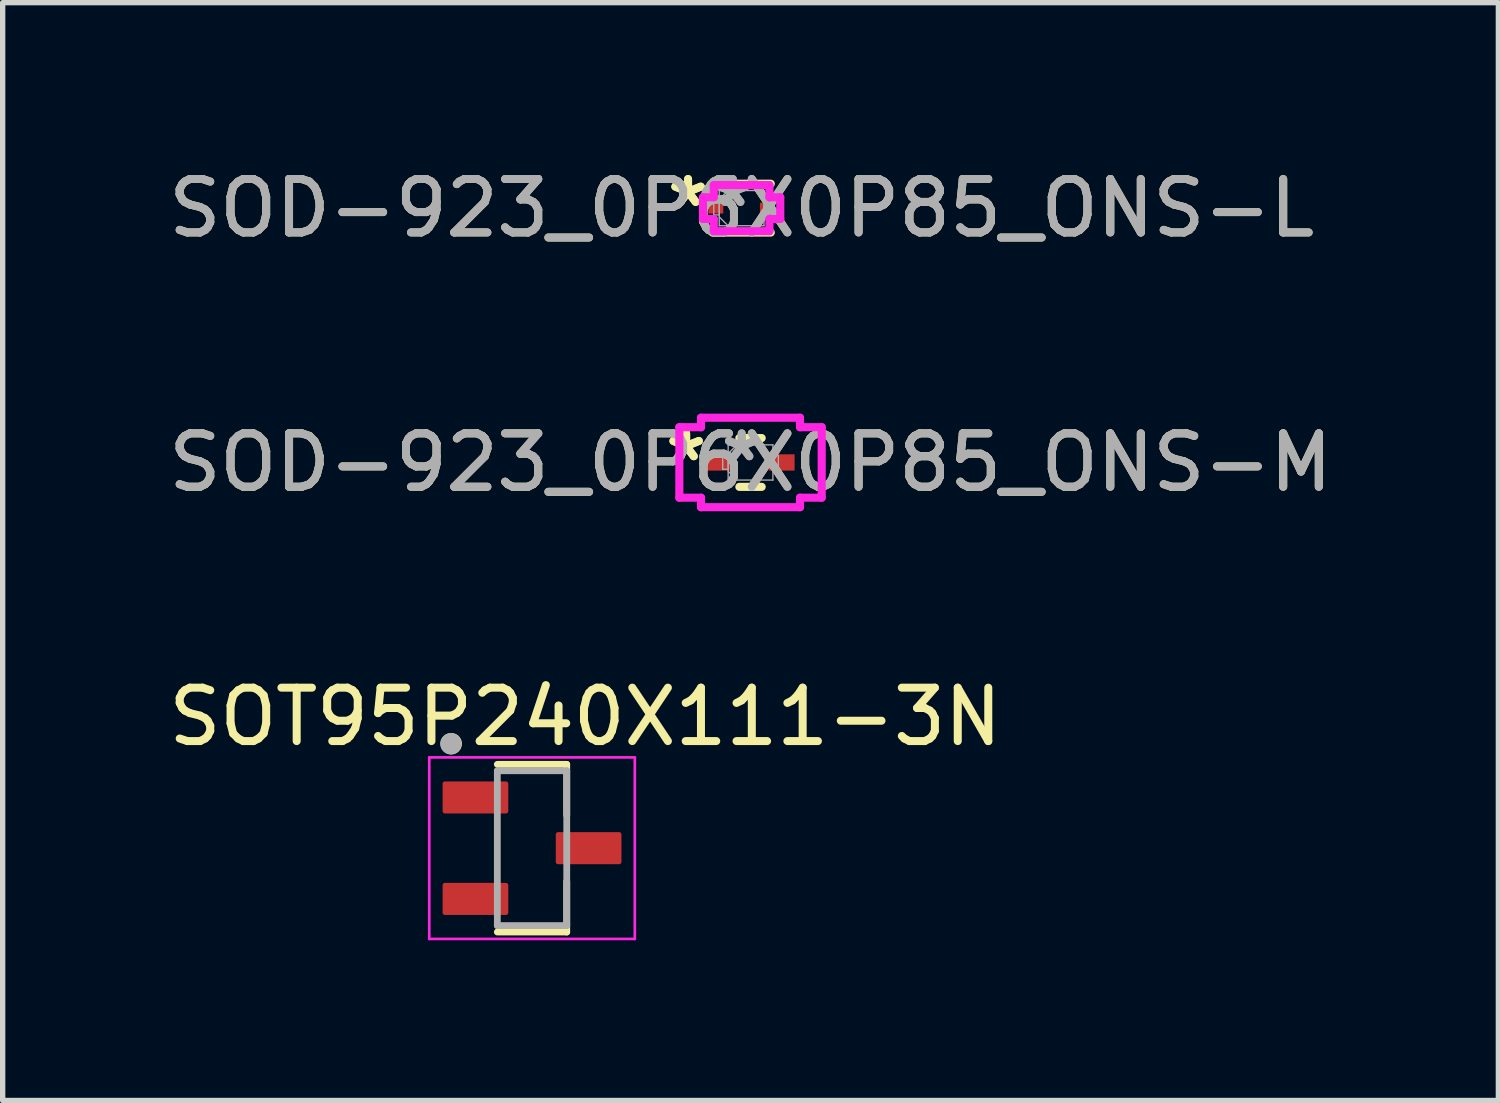
<source format=kicad_pcb>
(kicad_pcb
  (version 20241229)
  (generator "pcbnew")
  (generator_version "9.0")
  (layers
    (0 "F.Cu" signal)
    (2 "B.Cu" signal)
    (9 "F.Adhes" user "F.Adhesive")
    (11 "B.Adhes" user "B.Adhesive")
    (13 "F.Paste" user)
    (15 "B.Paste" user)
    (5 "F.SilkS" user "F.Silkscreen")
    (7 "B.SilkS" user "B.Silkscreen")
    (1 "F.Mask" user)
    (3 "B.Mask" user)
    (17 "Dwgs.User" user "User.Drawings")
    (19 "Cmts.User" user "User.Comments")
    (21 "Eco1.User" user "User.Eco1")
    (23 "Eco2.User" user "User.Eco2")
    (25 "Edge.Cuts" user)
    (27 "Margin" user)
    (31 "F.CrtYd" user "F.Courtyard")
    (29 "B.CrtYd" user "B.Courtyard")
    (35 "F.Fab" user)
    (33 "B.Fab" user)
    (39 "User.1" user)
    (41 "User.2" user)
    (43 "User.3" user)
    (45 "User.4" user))
  (footprint "SOD-923_0P6X0P85_ONS-L"
    (layer "F.Cu")
    (at 10.839 0.848)
    (property "Reference" "SOD-923_0P6X0P85_ONS-L" (at 0 0 0) (unlocked yes) (layer "F.SilkS") (effects (font (size 1 1) (thickness 0.15))))
    (attr smd)
    (fp_line (start -0.546 0.457) (end 0.546 0.457) (stroke (width 0.152) (type solid)) (layer "F.SilkS"))
    (fp_line (start 0.546 -0.457) (end -0.546 -0.457) (stroke (width 0.152) (type solid)) (layer "F.SilkS"))
    (fp_line (start -0.724 -0.203) (end -0.521 -0.203) (stroke (width 0.152) (type solid)) (layer "F.CrtYd"))
    (fp_line (start -0.724 0.203) (end -0.724 -0.203) (stroke (width 0.152) (type solid)) (layer "F.CrtYd"))
    (fp_line (start -0.521 -0.432) (end 0.521 -0.432) (stroke (width 0.152) (type solid)) (layer "F.CrtYd"))
    (fp_line (start -0.521 -0.203) (end -0.521 -0.432) (stroke (width 0.152) (type solid)) (layer "F.CrtYd"))
    (fp_line (start -0.521 0.203) (end -0.724 0.203) (stroke (width 0.152) (type solid)) (layer "F.CrtYd"))
    (fp_line (start -0.521 0.432) (end -0.521 0.203) (stroke (width 0.152) (type solid)) (layer "F.CrtYd"))
    (fp_line (start 0.521 -0.432) (end 0.521 -0.203) (stroke (width 0.152) (type solid)) (layer "F.CrtYd"))
    (fp_line (start 0.521 -0.203) (end 0.724 -0.203) (stroke (width 0.152) (type solid)) (layer "F.CrtYd"))
    (fp_line (start 0.521 0.203) (end 0.521 0.432) (stroke (width 0.152) (type solid)) (layer "F.CrtYd"))
    (fp_line (start 0.521 0.432) (end -0.521 0.432) (stroke (width 0.152) (type solid)) (layer "F.CrtYd"))
    (fp_line (start 0.724 -0.203) (end 0.724 0.203) (stroke (width 0.152) (type solid)) (layer "F.CrtYd"))
    (fp_line (start 0.724 0.203) (end 0.521 0.203) (stroke (width 0.152) (type solid)) (layer "F.CrtYd"))
    (fp_line (start -0.521 -0.127) (end -0.521 0.127) (stroke (width 0.025) (type solid)) (layer "F.Fab"))
    (fp_line (start -0.521 0.127) (end -0.419 0.127) (stroke (width 0.025) (type solid)) (layer "F.Fab"))
    (fp_line (start -0.419 -0.33) (end -0.419 0.33) (stroke (width 0.025) (type solid)) (layer "F.Fab"))
    (fp_line (start -0.419 -0.165) (end -0.254 -0.33) (stroke (width 0.025) (type solid)) (layer "F.Fab"))
    (fp_line (start -0.419 -0.127) (end -0.521 -0.127) (stroke (width 0.025) (type solid)) (layer "F.Fab"))
    (fp_line (start -0.419 0.127) (end -0.419 -0.127) (stroke (width 0.025) (type solid)) (layer "F.Fab"))
    (fp_line (start -0.419 0.165) (end -0.254 0.33) (stroke (width 0.025) (type solid)) (layer "F.Fab"))
    (fp_line (start -0.419 0.33) (end 0.419 0.33) (stroke (width 0.025) (type solid)) (layer "F.Fab"))
    (fp_line (start 0.419 -0.33) (end -0.419 -0.33) (stroke (width 0.025) (type solid)) (layer "F.Fab"))
    (fp_line (start 0.419 -0.127) (end 0.419 0.127) (stroke (width 0.025) (type solid)) (layer "F.Fab"))
    (fp_line (start 0.419 0.127) (end 0.521 0.127) (stroke (width 0.025) (type solid)) (layer "F.Fab"))
    (fp_line (start 0.419 0.33) (end 0.419 -0.33) (stroke (width 0.025) (type solid)) (layer "F.Fab"))
    (fp_line (start 0.521 -0.127) (end 0.419 -0.127) (stroke (width 0.025) (type solid)) (layer "F.Fab"))
    (fp_line (start 0.521 0.127) (end 0.521 -0.127) (stroke (width 0.025) (type solid)) (layer "F.Fab"))
    (fp_text user "*" (at -1.003 0 0) (unlocked yes) (layer "F.SilkS") (effects (font (size 1 1) (thickness 0.15))))
    (fp_text user "*" (at -1.003 0 0) (layer "F.SilkS") (effects (font (size 1 1) (thickness 0.15))))
    (fp_text user "*" (at -0.165 0 0) (unlocked yes) (layer "F.Fab") (effects (font (size 1 1) (thickness 0.15))))
    (fp_text user "${REFERENCE}" (at 0 0 0) (unlocked yes) (layer "F.Fab") (effects (font (size 1 1) (thickness 0.15))))
    (fp_text user "*" (at -0.165 0 0) (layer "F.Fab") (effects (font (size 1 1) (thickness 0.15))))
    (pad "1" smd rect (at -0.483 0) (size 0.279 0.203) (layers "F.Cu" "F.Mask" "F.Paste"))
    (pad "2" smd rect (at 0.483 0) (size 0.279 0.203) (layers "F.Cu" "F.Mask" "F.Paste"))
    (zone (net_name "") (layer "F.Cu") (hatch full 0.508) (connect_pads) (min_thickness 0.254) (filled_areas_thickness no) (keepout (tracks not_allowed) (vias not_allowed) (pads allowed) (copperpour not_allowed) (footprints allowed)) (placement (enabled no)) (fill) (polygon (pts (xy 10.547 0.569) (xy 11.131 0.569) (xy 11.131 1.128) (xy 10.547 1.128)))))
  (footprint "SOD-923_0P6X0P85_ONS-M"
    (layer "F.Cu")
    (at 11.006 5.611)
    (property "Reference" "SOD-923_0P6X0P85_ONS-M" (at 0 0 0) (unlocked yes) (layer "F.SilkS") (effects (font (size 1 1) (thickness 0.15))))
    (attr smd)
    (fp_line (start -0.209 0.457) (end 0.209 0.457) (stroke (width 0.152) (type solid)) (layer "F.SilkS"))
    (fp_line (start 0.209 -0.457) (end -0.209 -0.457) (stroke (width 0.152) (type solid)) (layer "F.SilkS"))
    (fp_line (start -1.333 -0.66) (end -0.927 -0.66) (stroke (width 0.152) (type solid)) (layer "F.CrtYd"))
    (fp_line (start -1.333 0.66) (end -1.333 -0.66) (stroke (width 0.152) (type solid)) (layer "F.CrtYd"))
    (fp_line (start -0.927 -0.838) (end 0.927 -0.838) (stroke (width 0.152) (type solid)) (layer "F.CrtYd"))
    (fp_line (start -0.927 -0.66) (end -0.927 -0.838) (stroke (width 0.152) (type solid)) (layer "F.CrtYd"))
    (fp_line (start -0.927 0.66) (end -1.333 0.66) (stroke (width 0.152) (type solid)) (layer "F.CrtYd"))
    (fp_line (start -0.927 0.838) (end -0.927 0.66) (stroke (width 0.152) (type solid)) (layer "F.CrtYd"))
    (fp_line (start 0.927 -0.838) (end 0.927 -0.66) (stroke (width 0.152) (type solid)) (layer "F.CrtYd"))
    (fp_line (start 0.927 -0.66) (end 1.333 -0.66) (stroke (width 0.152) (type solid)) (layer "F.CrtYd"))
    (fp_line (start 0.927 0.66) (end 0.927 0.838) (stroke (width 0.152) (type solid)) (layer "F.CrtYd"))
    (fp_line (start 0.927 0.838) (end -0.927 0.838) (stroke (width 0.152) (type solid)) (layer "F.CrtYd"))
    (fp_line (start 1.333 -0.66) (end 1.333 0.66) (stroke (width 0.152) (type solid)) (layer "F.CrtYd"))
    (fp_line (start 1.333 0.66) (end 0.927 0.66) (stroke (width 0.152) (type solid)) (layer "F.CrtYd"))
    (fp_line (start -0.521 -0.127) (end -0.521 0.127) (stroke (width 0.025) (type solid)) (layer "F.Fab"))
    (fp_line (start -0.521 0.127) (end -0.419 0.127) (stroke (width 0.025) (type solid)) (layer "F.Fab"))
    (fp_line (start -0.419 -0.33) (end -0.419 0.33) (stroke (width 0.025) (type solid)) (layer "F.Fab"))
    (fp_line (start -0.419 -0.165) (end -0.254 -0.33) (stroke (width 0.025) (type solid)) (layer "F.Fab"))
    (fp_line (start -0.419 -0.127) (end -0.521 -0.127) (stroke (width 0.025) (type solid)) (layer "F.Fab"))
    (fp_line (start -0.419 0.127) (end -0.419 -0.127) (stroke (width 0.025) (type solid)) (layer "F.Fab"))
    (fp_line (start -0.419 0.165) (end -0.254 0.33) (stroke (width 0.025) (type solid)) (layer "F.Fab"))
    (fp_line (start -0.419 0.33) (end 0.419 0.33) (stroke (width 0.025) (type solid)) (layer "F.Fab"))
    (fp_line (start 0.419 -0.33) (end -0.419 -0.33) (stroke (width 0.025) (type solid)) (layer "F.Fab"))
    (fp_line (start 0.419 -0.127) (end 0.419 0.127) (stroke (width 0.025) (type solid)) (layer "F.Fab"))
    (fp_line (start 0.419 0.127) (end 0.521 0.127) (stroke (width 0.025) (type solid)) (layer "F.Fab"))
    (fp_line (start 0.419 0.33) (end 0.419 -0.33) (stroke (width 0.025) (type solid)) (layer "F.Fab"))
    (fp_line (start 0.521 -0.127) (end 0.419 -0.127) (stroke (width 0.025) (type solid)) (layer "F.Fab"))
    (fp_line (start 0.521 0.127) (end 0.521 -0.127) (stroke (width 0.025) (type solid)) (layer "F.Fab"))
    (fp_text user "*" (at -1.206 0 0) (layer "F.SilkS") (effects (font (size 1 1) (thickness 0.15))))
    (fp_text user "*" (at -1.206 0 0) (unlocked yes) (layer "F.SilkS") (effects (font (size 1 1) (thickness 0.15))))
    (fp_text user "*" (at -0.165 0 0) (unlocked yes) (layer "F.Fab") (effects (font (size 1 1) (thickness 0.15))))
    (fp_text user "*" (at -0.165 0 0) (layer "F.Fab") (effects (font (size 1 1) (thickness 0.15))))
    (fp_text user "${REFERENCE}" (at 0 0 0) (unlocked yes) (layer "F.Fab") (effects (font (size 1 1) (thickness 0.15))))
    (pad "1" smd rect (at -0.584 0) (size 0.483 0.305) (layers "F.Cu" "F.Mask" "F.Paste"))
    (pad "2" smd rect (at 0.584 0) (size 0.483 0.305) (layers "F.Cu" "F.Mask" "F.Paste"))
    (zone (net_name "") (layer "F.Cu") (hatch full 0.508) (connect_pads) (min_thickness 0.254) (filled_areas_thickness no) (keepout (tracks not_allowed) (vias not_allowed) (pads allowed) (copperpour not_allowed) (footprints allowed)) (placement (enabled no)) (fill) (polygon (pts (xy 10.714 5.332) (xy 11.298 5.332) (xy 11.298 5.89) (xy 10.714 5.89)))))
  (footprint "SOT95P240X111-3N"
    (layer "F.Cu")
    (at 6.914 12.835)
    (property "Reference" "SOT95P240X111-3N" (at 0.997 -2.461 0) (layer "F.SilkS") (effects (font (size 1 1) (thickness 0.15))))
    (attr smd)
    (fp_line (start -0.65 -1.57) (end 0.65 -1.57) (stroke (width 0.127) (type solid)) (layer "F.SilkS"))
    (fp_line (start -0.65 1.57) (end 0.65 1.57) (stroke (width 0.127) (type solid)) (layer "F.SilkS"))
    (fp_line (start 0.65 -1.57) (end 0.65 -0.62) (stroke (width 0.127) (type solid)) (layer "F.SilkS"))
    (fp_line (start 0.65 1.57) (end 0.65 0.62) (stroke (width 0.127) (type solid)) (layer "F.SilkS"))
    (fp_circle (center -1.513 -1.956) (end -1.413 -1.956) (stroke (width 0.2) (type solid)) (fill no) (layer "F.SilkS"))
    (fp_line (start -1.925 -1.7) (end 1.925 -1.7) (stroke (width 0.05) (type solid)) (layer "F.CrtYd"))
    (fp_line (start -1.925 1.7) (end -1.925 -1.7) (stroke (width 0.05) (type solid)) (layer "F.CrtYd"))
    (fp_line (start 1.925 1.7) (end -1.925 1.7) (stroke (width 0.05) (type solid)) (layer "F.CrtYd"))
    (fp_line (start 1.925 1.7) (end 1.925 -1.7) (stroke (width 0.05) (type solid)) (layer "F.CrtYd"))
    (fp_line (start -0.65 -1.45) (end 0.65 -1.45) (stroke (width 0.127) (type solid)) (layer "F.Fab"))
    (fp_line (start -0.65 1.45) (end -0.65 -1.45) (stroke (width 0.127) (type solid)) (layer "F.Fab"))
    (fp_line (start 0.65 -1.45) (end 0.65 1.45) (stroke (width 0.127) (type solid)) (layer "F.Fab"))
    (fp_line (start 0.65 1.45) (end -0.65 1.45) (stroke (width 0.127) (type solid)) (layer "F.Fab"))
    (fp_circle (center -1.521 -1.956) (end -1.421 -1.956) (stroke (width 0.2) (type solid)) (fill no) (layer "F.Fab"))
    (pad "1" smd roundrect (at -1.06 -0.95) (size 1.23 0.6) (layers "F.Cu" "F.Mask" "F.Paste") (roundrect_rratio 0.07))
    (pad "2" smd roundrect (at -1.06 0.95) (size 1.23 0.6) (layers "F.Cu" "F.Mask" "F.Paste") (roundrect_rratio 0.07))
    (pad "3" smd roundrect (at 1.06 0) (size 1.23 0.6) (layers "F.Cu" "F.Mask" "F.Paste") (roundrect_rratio 0.07)))
  (gr_rect
    (start -3 -3)
    (end 25.012 17.56)
    (stroke (width 0.1) (type default))
    (fill no)
    (layer "Edge.Cuts")))
</source>
